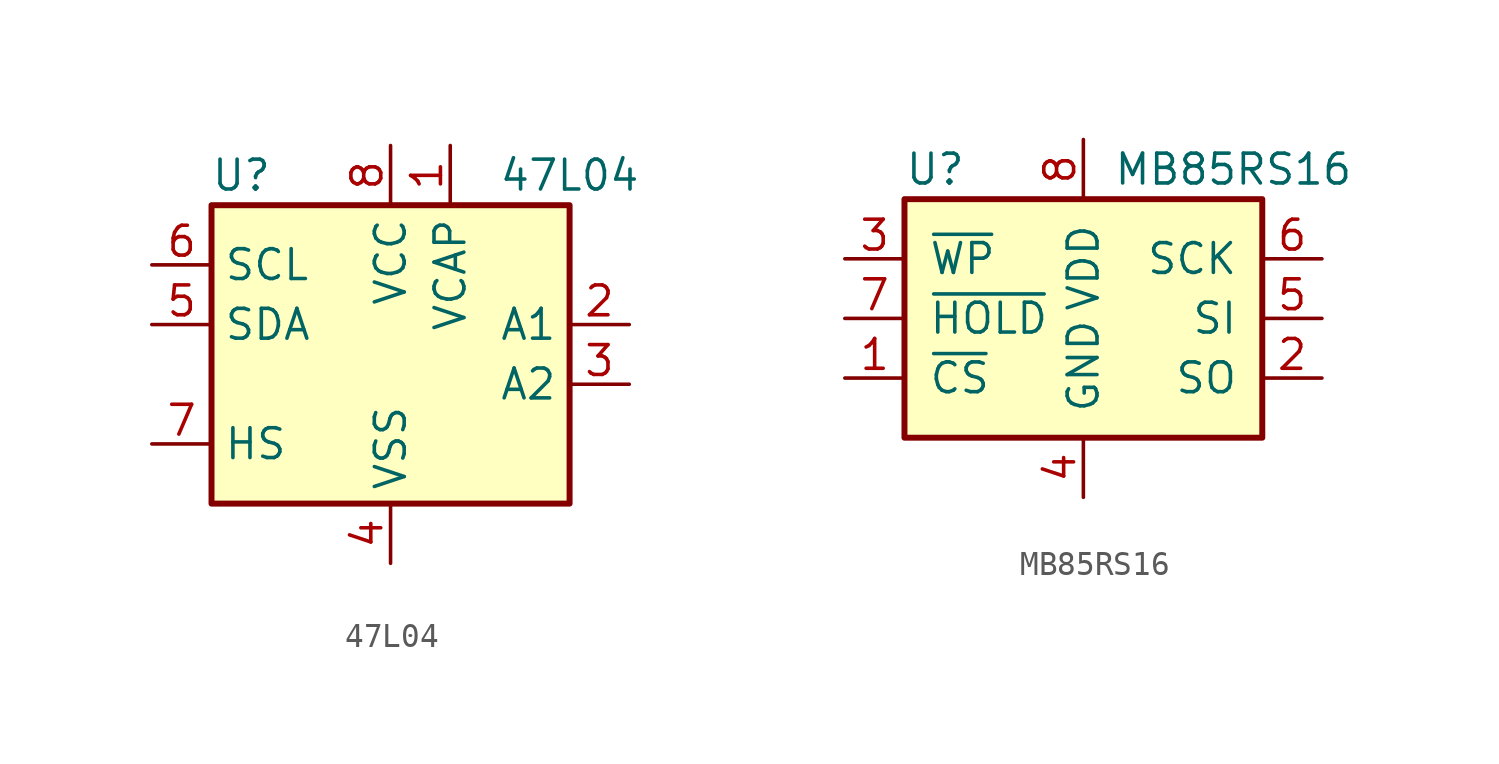
<source format=kicad_sym>
(kicad_symbol_lib
  (version 20200908)
  (generator kicad_symbol_editor)
  (symbol "Memory_NVRAM:47L04"
    (property "Reference" "U"
      (at -6.35 6.35 0)
      (effects (font (size 1.27 1.27))))
    (property "Value" "47L04"
      (at 7.62 6.35 0)
      (effects (font (size 1.27 1.27))))
    (symbol "47L04_1_1"
      (rectangle (start -7.62 5.08) (end 7.62 -7.62) (stroke (width 0.254)) (fill (type background)))
      (pin power_in line (at 2.54 7.62 270) (length 2.54) (name "VCAP" (effects (font (size 1.27 1.27)))) (number "1" (effects (font (size 1.27 1.27)))))
      (pin input line (at 10.16 0 180) (length 2.54) (name "A1" (effects (font (size 1.27 1.27)))) (number "2" (effects (font (size 1.27 1.27)))))
      (pin input line (at 10.16 -2.54 180) (length 2.54) (name "A2" (effects (font (size 1.27 1.27)))) (number "3" (effects (font (size 1.27 1.27)))))
      (pin power_in line (at 0 -10.16 90) (length 2.54) (name "VSS" (effects (font (size 1.27 1.27)))) (number "4" (effects (font (size 1.27 1.27)))))
      (pin bidirectional line (at -10.16 0 0) (length 2.54) (name "SDA" (effects (font (size 1.27 1.27)))) (number "5" (effects (font (size 1.27 1.27)))))
      (pin input line (at -10.16 2.54 0) (length 2.54) (name "SCL" (effects (font (size 1.27 1.27)))) (number "6" (effects (font (size 1.27 1.27)))))
      (pin input line (at -10.16 -5.08 0) (length 2.54) (name "HS" (effects (font (size 1.27 1.27)))) (number "7" (effects (font (size 1.27 1.27)))))
      (pin power_in line (at 0 7.62 270) (length 2.54) (name "VCC" (effects (font (size 1.27 1.27)))) (number "8" (effects (font (size 1.27 1.27)))))))
  (symbol "Memory_NVRAM:MB85RS16"
    (pin_names
      (offset 1.016))
    (property "Reference" "U"
      (at -7.62 6.35 0)
      (effects (font (size 1.27 1.27)) (justify left)))
    (property "Value" "MB85RS16"
      (at 1.27 6.35 0)
      (effects (font (size 1.27 1.27)) (justify left)))
    (symbol "MB85RS16_0_1"
      (rectangle (start -7.62 5.08) (end 7.62 -5.08) (stroke (width 0.254)) (fill (type background))))
    (symbol "MB85RS16_1_1"
      (pin input line (at -10.16 -2.54 0) (length 2.54) (name "~CS" (effects (font (size 1.27 1.27)))) (number "1" (effects (font (size 1.27 1.27)))))
      (pin output line (at 10.16 -2.54 180) (length 2.54) (name "SO" (effects (font (size 1.27 1.27)))) (number "2" (effects (font (size 1.27 1.27)))))
      (pin input line (at -10.16 2.54 0) (length 2.54) (name "~WP" (effects (font (size 1.27 1.27)))) (number "3" (effects (font (size 1.27 1.27)))))
      (pin power_in line (at 0 -7.62 90) (length 2.54) (name "GND" (effects (font (size 1.27 1.27)))) (number "4" (effects (font (size 1.27 1.27)))))
      (pin input line (at 10.16 0 180) (length 2.54) (name "SI" (effects (font (size 1.27 1.27)))) (number "5" (effects (font (size 1.27 1.27)))))
      (pin input line (at 10.16 2.54 180) (length 2.54) (name "SCK" (effects (font (size 1.27 1.27)))) (number "6" (effects (font (size 1.27 1.27)))))
      (pin input line (at -10.16 0 0) (length 2.54) (name "~HOLD" (effects (font (size 1.27 1.27)))) (number "7" (effects (font (size 1.27 1.27)))))
      (pin power_in line (at 0 7.62 270) (length 2.54) (name "VDD" (effects (font (size 1.27 1.27)))) (number "8" (effects (font (size 1.27 1.27))))))))
</source>
